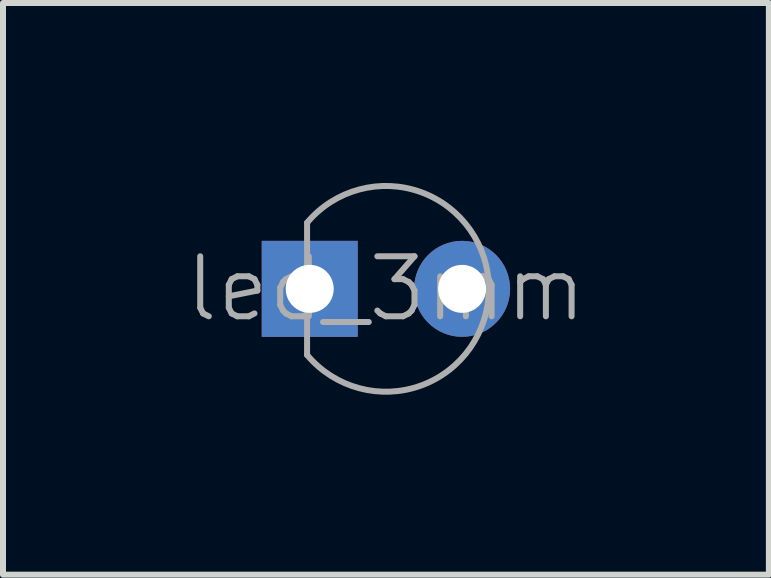
<source format=kicad_pcb>
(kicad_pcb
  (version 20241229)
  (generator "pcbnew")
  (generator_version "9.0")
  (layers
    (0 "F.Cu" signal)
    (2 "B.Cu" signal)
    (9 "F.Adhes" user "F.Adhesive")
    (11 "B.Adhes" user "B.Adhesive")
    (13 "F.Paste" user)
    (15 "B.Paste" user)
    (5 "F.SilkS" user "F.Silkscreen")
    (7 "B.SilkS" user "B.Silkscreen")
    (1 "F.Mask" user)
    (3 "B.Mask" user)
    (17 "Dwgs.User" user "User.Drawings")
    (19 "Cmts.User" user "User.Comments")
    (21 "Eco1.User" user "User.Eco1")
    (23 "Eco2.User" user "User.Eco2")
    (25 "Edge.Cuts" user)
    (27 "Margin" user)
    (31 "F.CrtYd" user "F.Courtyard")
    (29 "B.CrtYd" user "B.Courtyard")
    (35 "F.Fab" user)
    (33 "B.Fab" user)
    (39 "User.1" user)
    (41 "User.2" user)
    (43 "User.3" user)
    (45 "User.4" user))
  (footprint "led_3mm"
    (layer "F.Cu")
    (at 3.383 1.765)
    (property "Reference" "led_3mm" (at 0 0 0) (unlocked yes) (layer "F.Fab") (effects (font (size 1 1) (thickness 0.1))))
    (attr through_hole)
    (fp_line (start -1.314 -1.102) (end -1.314 1.102) (stroke (width 0.1) (type default)) (layer "F.Fab"))
    (fp_arc (start -1.3138 -1.1024) (mid 1.715017 0) (end -1.3138 1.1024) (stroke (width 0.1) (type default)) (layer "F.Fab"))
    (pad "1" thru_hole rect (at -1.27 0) (size 1.6 1.6) (drill 0.8) (layers "*.Cu" "*.Mask"))
    (pad "2" thru_hole circle (at 1.27 0) (size 1.6 1.6) (drill 0.8) (layers "*.Cu" "*.Mask")))
  (gr_rect
    (start -3 -3)
    (end 9.767 6.53)
    (stroke (width 0.1) (type default))
    (fill no)
    (layer "Edge.Cuts")))
</source>
